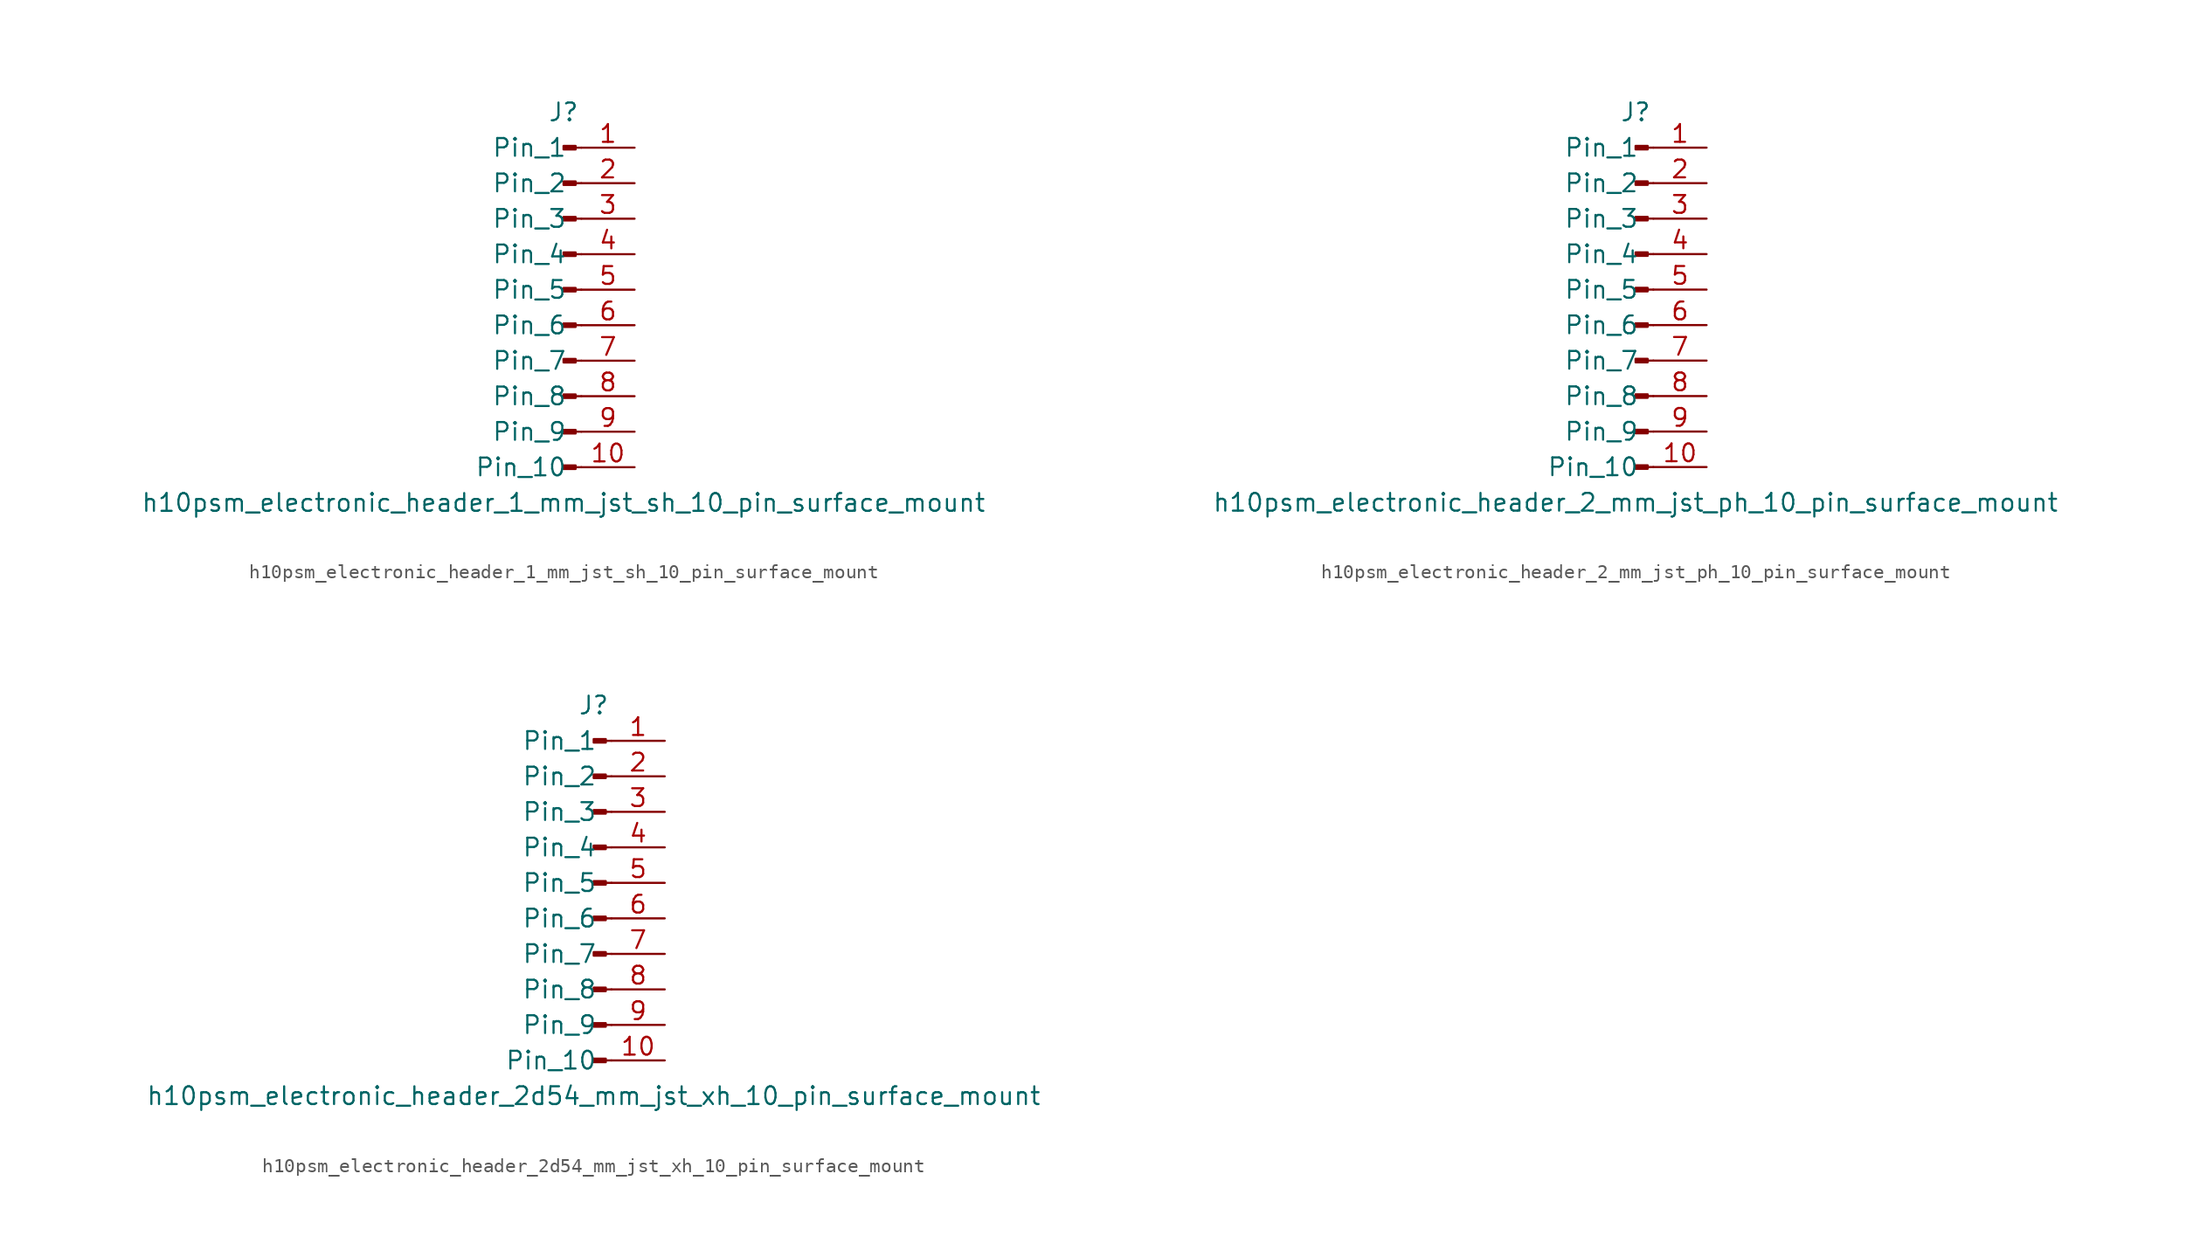
<source format=kicad_sym>
(kicad_symbol_lib
  (version 20220914)
  (generator kicad_symbol_editor)
  (symbol "h10psm_electronic_header_1_mm_jst_sh_10_pin_surface_mount"
    (pin_names
      (offset 1.016))
    (property "Reference" "J"
      (at 0 12.7 0)
      (effects (font (size 1.27 1.27))))
    (property "Value" "h10psm_electronic_header_1_mm_jst_sh_10_pin_surface_mount"
      (at 0 -15.24 0)
      (effects (font (size 1.27 1.27))))
    (property "ki_locked" ""
      (at 0 0 0)
      (effects (font (size 1.27 1.27))))
    (symbol "h10psm_electronic_header_1_mm_jst_sh_10_pin_surface_mount_1_1"
      (polyline (pts (xy 1.27 -12.7) (xy 0.864 -12.7)) (stroke (width 0.152) (type default)) (fill (type none)))
      (polyline (pts (xy 1.27 -10.16) (xy 0.864 -10.16)) (stroke (width 0.152) (type default)) (fill (type none)))
      (polyline (pts (xy 1.27 -7.62) (xy 0.864 -7.62)) (stroke (width 0.152) (type default)) (fill (type none)))
      (polyline (pts (xy 1.27 -5.08) (xy 0.864 -5.08)) (stroke (width 0.152) (type default)) (fill (type none)))
      (polyline (pts (xy 1.27 -2.54) (xy 0.864 -2.54)) (stroke (width 0.152) (type default)) (fill (type none)))
      (polyline (pts (xy 1.27 0) (xy 0.864 0)) (stroke (width 0.152) (type default)) (fill (type none)))
      (polyline (pts (xy 1.27 2.54) (xy 0.864 2.54)) (stroke (width 0.152) (type default)) (fill (type none)))
      (polyline (pts (xy 1.27 5.08) (xy 0.864 5.08)) (stroke (width 0.152) (type default)) (fill (type none)))
      (polyline (pts (xy 1.27 7.62) (xy 0.864 7.62)) (stroke (width 0.152) (type default)) (fill (type none)))
      (polyline (pts (xy 1.27 10.16) (xy 0.864 10.16)) (stroke (width 0.152) (type default)) (fill (type none)))
      (rectangle (start 0.864 -12.573) (end 0 -12.827) (stroke (width 0.152) (type default)) (fill (type outline)))
      (rectangle (start 0.864 -10.033) (end 0 -10.287) (stroke (width 0.152) (type default)) (fill (type outline)))
      (rectangle (start 0.864 -7.493) (end 0 -7.747) (stroke (width 0.152) (type default)) (fill (type outline)))
      (rectangle (start 0.864 -4.953) (end 0 -5.207) (stroke (width 0.152) (type default)) (fill (type outline)))
      (rectangle (start 0.864 -2.413) (end 0 -2.667) (stroke (width 0.152) (type default)) (fill (type outline)))
      (rectangle (start 0.864 0.127) (end 0 -0.127) (stroke (width 0.152) (type default)) (fill (type outline)))
      (rectangle (start 0.864 2.667) (end 0 2.413) (stroke (width 0.152) (type default)) (fill (type outline)))
      (rectangle (start 0.864 5.207) (end 0 4.953) (stroke (width 0.152) (type default)) (fill (type outline)))
      (rectangle (start 0.864 7.747) (end 0 7.493) (stroke (width 0.152) (type default)) (fill (type outline)))
      (rectangle (start 0.864 10.287) (end 0 10.033) (stroke (width 0.152) (type default)) (fill (type outline)))
      (pin passive line (at 5.08 10.16 180) (length 3.81) (name "Pin_1" (effects (font (size 1.27 1.27)))) (number "1" (effects (font (size 1.27 1.27)))))
      (pin passive line (at 5.08 -12.7 180) (length 3.81) (name "Pin_10" (effects (font (size 1.27 1.27)))) (number "10" (effects (font (size 1.27 1.27)))))
      (pin passive line (at 5.08 7.62 180) (length 3.81) (name "Pin_2" (effects (font (size 1.27 1.27)))) (number "2" (effects (font (size 1.27 1.27)))))
      (pin passive line (at 5.08 5.08 180) (length 3.81) (name "Pin_3" (effects (font (size 1.27 1.27)))) (number "3" (effects (font (size 1.27 1.27)))))
      (pin passive line (at 5.08 2.54 180) (length 3.81) (name "Pin_4" (effects (font (size 1.27 1.27)))) (number "4" (effects (font (size 1.27 1.27)))))
      (pin passive line (at 5.08 0 180) (length 3.81) (name "Pin_5" (effects (font (size 1.27 1.27)))) (number "5" (effects (font (size 1.27 1.27)))))
      (pin passive line (at 5.08 -2.54 180) (length 3.81) (name "Pin_6" (effects (font (size 1.27 1.27)))) (number "6" (effects (font (size 1.27 1.27)))))
      (pin passive line (at 5.08 -5.08 180) (length 3.81) (name "Pin_7" (effects (font (size 1.27 1.27)))) (number "7" (effects (font (size 1.27 1.27)))))
      (pin passive line (at 5.08 -7.62 180) (length 3.81) (name "Pin_8" (effects (font (size 1.27 1.27)))) (number "8" (effects (font (size 1.27 1.27)))))
      (pin passive line (at 5.08 -10.16 180) (length 3.81) (name "Pin_9" (effects (font (size 1.27 1.27)))) (number "9" (effects (font (size 1.27 1.27)))))))
  (symbol "h10psm_electronic_header_2_mm_jst_ph_10_pin_surface_mount"
    (pin_names
      (offset 1.016))
    (property "Reference" "J"
      (at 0 12.7 0)
      (effects (font (size 1.27 1.27))))
    (property "Value" "h10psm_electronic_header_2_mm_jst_ph_10_pin_surface_mount"
      (at 0 -15.24 0)
      (effects (font (size 1.27 1.27))))
    (property "ki_locked" ""
      (at 0 0 0)
      (effects (font (size 1.27 1.27))))
    (symbol "h10psm_electronic_header_2_mm_jst_ph_10_pin_surface_mount_1_1"
      (polyline (pts (xy 1.27 -12.7) (xy 0.864 -12.7)) (stroke (width 0.152) (type default)) (fill (type none)))
      (polyline (pts (xy 1.27 -10.16) (xy 0.864 -10.16)) (stroke (width 0.152) (type default)) (fill (type none)))
      (polyline (pts (xy 1.27 -7.62) (xy 0.864 -7.62)) (stroke (width 0.152) (type default)) (fill (type none)))
      (polyline (pts (xy 1.27 -5.08) (xy 0.864 -5.08)) (stroke (width 0.152) (type default)) (fill (type none)))
      (polyline (pts (xy 1.27 -2.54) (xy 0.864 -2.54)) (stroke (width 0.152) (type default)) (fill (type none)))
      (polyline (pts (xy 1.27 0) (xy 0.864 0)) (stroke (width 0.152) (type default)) (fill (type none)))
      (polyline (pts (xy 1.27 2.54) (xy 0.864 2.54)) (stroke (width 0.152) (type default)) (fill (type none)))
      (polyline (pts (xy 1.27 5.08) (xy 0.864 5.08)) (stroke (width 0.152) (type default)) (fill (type none)))
      (polyline (pts (xy 1.27 7.62) (xy 0.864 7.62)) (stroke (width 0.152) (type default)) (fill (type none)))
      (polyline (pts (xy 1.27 10.16) (xy 0.864 10.16)) (stroke (width 0.152) (type default)) (fill (type none)))
      (rectangle (start 0.864 -12.573) (end 0 -12.827) (stroke (width 0.152) (type default)) (fill (type outline)))
      (rectangle (start 0.864 -10.033) (end 0 -10.287) (stroke (width 0.152) (type default)) (fill (type outline)))
      (rectangle (start 0.864 -7.493) (end 0 -7.747) (stroke (width 0.152) (type default)) (fill (type outline)))
      (rectangle (start 0.864 -4.953) (end 0 -5.207) (stroke (width 0.152) (type default)) (fill (type outline)))
      (rectangle (start 0.864 -2.413) (end 0 -2.667) (stroke (width 0.152) (type default)) (fill (type outline)))
      (rectangle (start 0.864 0.127) (end 0 -0.127) (stroke (width 0.152) (type default)) (fill (type outline)))
      (rectangle (start 0.864 2.667) (end 0 2.413) (stroke (width 0.152) (type default)) (fill (type outline)))
      (rectangle (start 0.864 5.207) (end 0 4.953) (stroke (width 0.152) (type default)) (fill (type outline)))
      (rectangle (start 0.864 7.747) (end 0 7.493) (stroke (width 0.152) (type default)) (fill (type outline)))
      (rectangle (start 0.864 10.287) (end 0 10.033) (stroke (width 0.152) (type default)) (fill (type outline)))
      (pin passive line (at 5.08 10.16 180) (length 3.81) (name "Pin_1" (effects (font (size 1.27 1.27)))) (number "1" (effects (font (size 1.27 1.27)))))
      (pin passive line (at 5.08 -12.7 180) (length 3.81) (name "Pin_10" (effects (font (size 1.27 1.27)))) (number "10" (effects (font (size 1.27 1.27)))))
      (pin passive line (at 5.08 7.62 180) (length 3.81) (name "Pin_2" (effects (font (size 1.27 1.27)))) (number "2" (effects (font (size 1.27 1.27)))))
      (pin passive line (at 5.08 5.08 180) (length 3.81) (name "Pin_3" (effects (font (size 1.27 1.27)))) (number "3" (effects (font (size 1.27 1.27)))))
      (pin passive line (at 5.08 2.54 180) (length 3.81) (name "Pin_4" (effects (font (size 1.27 1.27)))) (number "4" (effects (font (size 1.27 1.27)))))
      (pin passive line (at 5.08 0 180) (length 3.81) (name "Pin_5" (effects (font (size 1.27 1.27)))) (number "5" (effects (font (size 1.27 1.27)))))
      (pin passive line (at 5.08 -2.54 180) (length 3.81) (name "Pin_6" (effects (font (size 1.27 1.27)))) (number "6" (effects (font (size 1.27 1.27)))))
      (pin passive line (at 5.08 -5.08 180) (length 3.81) (name "Pin_7" (effects (font (size 1.27 1.27)))) (number "7" (effects (font (size 1.27 1.27)))))
      (pin passive line (at 5.08 -7.62 180) (length 3.81) (name "Pin_8" (effects (font (size 1.27 1.27)))) (number "8" (effects (font (size 1.27 1.27)))))
      (pin passive line (at 5.08 -10.16 180) (length 3.81) (name "Pin_9" (effects (font (size 1.27 1.27)))) (number "9" (effects (font (size 1.27 1.27)))))))
  (symbol "h10psm_electronic_header_2d54_mm_jst_xh_10_pin_surface_mount"
    (pin_names
      (offset 1.016))
    (property "Reference" "J"
      (at 0 12.7 0)
      (effects (font (size 1.27 1.27))))
    (property "Value" "h10psm_electronic_header_2d54_mm_jst_xh_10_pin_surface_mount"
      (at 0 -15.24 0)
      (effects (font (size 1.27 1.27))))
    (property "ki_locked" ""
      (at 0 0 0)
      (effects (font (size 1.27 1.27))))
    (symbol "h10psm_electronic_header_2d54_mm_jst_xh_10_pin_surface_mount_1_1"
      (polyline (pts (xy 1.27 -12.7) (xy 0.864 -12.7)) (stroke (width 0.152) (type default)) (fill (type none)))
      (polyline (pts (xy 1.27 -10.16) (xy 0.864 -10.16)) (stroke (width 0.152) (type default)) (fill (type none)))
      (polyline (pts (xy 1.27 -7.62) (xy 0.864 -7.62)) (stroke (width 0.152) (type default)) (fill (type none)))
      (polyline (pts (xy 1.27 -5.08) (xy 0.864 -5.08)) (stroke (width 0.152) (type default)) (fill (type none)))
      (polyline (pts (xy 1.27 -2.54) (xy 0.864 -2.54)) (stroke (width 0.152) (type default)) (fill (type none)))
      (polyline (pts (xy 1.27 0) (xy 0.864 0)) (stroke (width 0.152) (type default)) (fill (type none)))
      (polyline (pts (xy 1.27 2.54) (xy 0.864 2.54)) (stroke (width 0.152) (type default)) (fill (type none)))
      (polyline (pts (xy 1.27 5.08) (xy 0.864 5.08)) (stroke (width 0.152) (type default)) (fill (type none)))
      (polyline (pts (xy 1.27 7.62) (xy 0.864 7.62)) (stroke (width 0.152) (type default)) (fill (type none)))
      (polyline (pts (xy 1.27 10.16) (xy 0.864 10.16)) (stroke (width 0.152) (type default)) (fill (type none)))
      (rectangle (start 0.864 -12.573) (end 0 -12.827) (stroke (width 0.152) (type default)) (fill (type outline)))
      (rectangle (start 0.864 -10.033) (end 0 -10.287) (stroke (width 0.152) (type default)) (fill (type outline)))
      (rectangle (start 0.864 -7.493) (end 0 -7.747) (stroke (width 0.152) (type default)) (fill (type outline)))
      (rectangle (start 0.864 -4.953) (end 0 -5.207) (stroke (width 0.152) (type default)) (fill (type outline)))
      (rectangle (start 0.864 -2.413) (end 0 -2.667) (stroke (width 0.152) (type default)) (fill (type outline)))
      (rectangle (start 0.864 0.127) (end 0 -0.127) (stroke (width 0.152) (type default)) (fill (type outline)))
      (rectangle (start 0.864 2.667) (end 0 2.413) (stroke (width 0.152) (type default)) (fill (type outline)))
      (rectangle (start 0.864 5.207) (end 0 4.953) (stroke (width 0.152) (type default)) (fill (type outline)))
      (rectangle (start 0.864 7.747) (end 0 7.493) (stroke (width 0.152) (type default)) (fill (type outline)))
      (rectangle (start 0.864 10.287) (end 0 10.033) (stroke (width 0.152) (type default)) (fill (type outline)))
      (pin passive line (at 5.08 10.16 180) (length 3.81) (name "Pin_1" (effects (font (size 1.27 1.27)))) (number "1" (effects (font (size 1.27 1.27)))))
      (pin passive line (at 5.08 -12.7 180) (length 3.81) (name "Pin_10" (effects (font (size 1.27 1.27)))) (number "10" (effects (font (size 1.27 1.27)))))
      (pin passive line (at 5.08 7.62 180) (length 3.81) (name "Pin_2" (effects (font (size 1.27 1.27)))) (number "2" (effects (font (size 1.27 1.27)))))
      (pin passive line (at 5.08 5.08 180) (length 3.81) (name "Pin_3" (effects (font (size 1.27 1.27)))) (number "3" (effects (font (size 1.27 1.27)))))
      (pin passive line (at 5.08 2.54 180) (length 3.81) (name "Pin_4" (effects (font (size 1.27 1.27)))) (number "4" (effects (font (size 1.27 1.27)))))
      (pin passive line (at 5.08 0 180) (length 3.81) (name "Pin_5" (effects (font (size 1.27 1.27)))) (number "5" (effects (font (size 1.27 1.27)))))
      (pin passive line (at 5.08 -2.54 180) (length 3.81) (name "Pin_6" (effects (font (size 1.27 1.27)))) (number "6" (effects (font (size 1.27 1.27)))))
      (pin passive line (at 5.08 -5.08 180) (length 3.81) (name "Pin_7" (effects (font (size 1.27 1.27)))) (number "7" (effects (font (size 1.27 1.27)))))
      (pin passive line (at 5.08 -7.62 180) (length 3.81) (name "Pin_8" (effects (font (size 1.27 1.27)))) (number "8" (effects (font (size 1.27 1.27)))))
      (pin passive line (at 5.08 -10.16 180) (length 3.81) (name "Pin_9" (effects (font (size 1.27 1.27)))) (number "9" (effects (font (size 1.27 1.27))))))))
</source>
